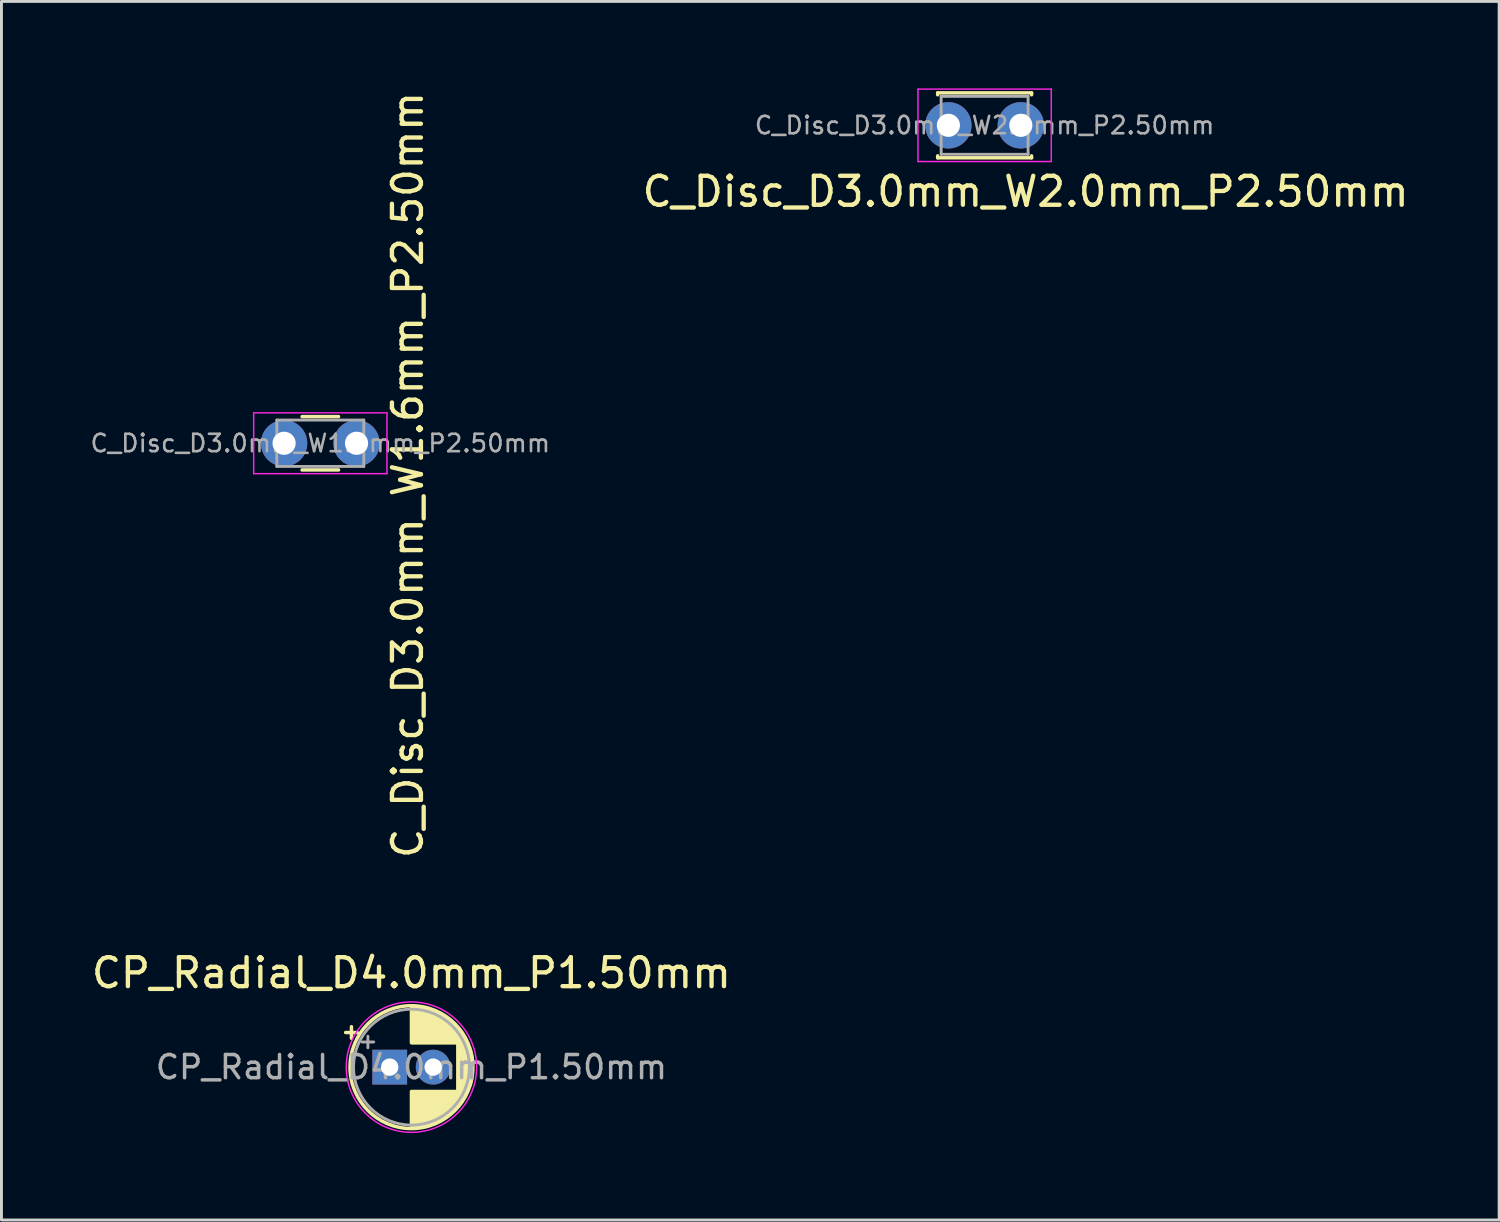
<source format=kicad_pcb>
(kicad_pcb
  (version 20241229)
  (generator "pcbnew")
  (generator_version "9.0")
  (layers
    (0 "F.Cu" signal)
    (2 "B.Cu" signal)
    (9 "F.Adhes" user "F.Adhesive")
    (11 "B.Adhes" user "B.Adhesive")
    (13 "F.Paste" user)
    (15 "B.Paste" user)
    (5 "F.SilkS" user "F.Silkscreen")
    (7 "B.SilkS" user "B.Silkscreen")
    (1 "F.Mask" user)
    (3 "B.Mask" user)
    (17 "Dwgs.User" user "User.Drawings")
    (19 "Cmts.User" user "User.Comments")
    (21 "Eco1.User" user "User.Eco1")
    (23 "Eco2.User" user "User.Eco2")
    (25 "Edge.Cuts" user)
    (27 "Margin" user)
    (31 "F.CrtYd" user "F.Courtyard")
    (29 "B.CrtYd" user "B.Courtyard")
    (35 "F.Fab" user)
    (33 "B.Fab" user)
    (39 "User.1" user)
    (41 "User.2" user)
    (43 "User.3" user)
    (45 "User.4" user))
  (footprint "CP_Radial_D4.0mm_P1.50mm"
    (layer "F.Cu")
    (at 10.399 33.777)
    (property "Reference" "CP_Radial_D4.0mm_P1.50mm" (at 0.75 -3.25 0) (layer "F.SilkS") (effects (font (size 1 1) (thickness 0.15))))
    (attr through_hole)
    (fp_line (start -1.52 -1.195) (end -1.12 -1.195) (stroke (width 0.12) (type solid)) (layer "F.SilkS"))
    (fp_line (start -1.32 -1.395) (end -1.32 -0.995) (stroke (width 0.12) (type solid)) (layer "F.SilkS"))
    (fp_line (start 0.75 -2.08) (end 0.75 -0.84) (stroke (width 0.12) (type solid)) (layer "F.SilkS"))
    (fp_line (start 0.75 0.84) (end 0.75 2.08) (stroke (width 0.12) (type solid)) (layer "F.SilkS"))
    (fp_line (start 0.79 -2.08) (end 0.79 -0.84) (stroke (width 0.12) (type solid)) (layer "F.SilkS"))
    (fp_line (start 0.79 0.84) (end 0.79 2.08) (stroke (width 0.12) (type solid)) (layer "F.SilkS"))
    (fp_line (start 0.83 -2.079) (end 0.83 -0.84) (stroke (width 0.12) (type solid)) (layer "F.SilkS"))
    (fp_line (start 0.83 0.84) (end 0.83 2.079) (stroke (width 0.12) (type solid)) (layer "F.SilkS"))
    (fp_line (start 0.87 -2.077) (end 0.87 -0.84) (stroke (width 0.12) (type solid)) (layer "F.SilkS"))
    (fp_line (start 0.87 0.84) (end 0.87 2.077) (stroke (width 0.12) (type solid)) (layer "F.SilkS"))
    (fp_line (start 0.91 -2.074) (end 0.91 -0.84) (stroke (width 0.12) (type solid)) (layer "F.SilkS"))
    (fp_line (start 0.91 0.84) (end 0.91 2.074) (stroke (width 0.12) (type solid)) (layer "F.SilkS"))
    (fp_line (start 0.95 -2.071) (end 0.95 -0.84) (stroke (width 0.12) (type solid)) (layer "F.SilkS"))
    (fp_line (start 0.95 0.84) (end 0.95 2.071) (stroke (width 0.12) (type solid)) (layer "F.SilkS"))
    (fp_line (start 0.99 -2.067) (end 0.99 -0.84) (stroke (width 0.12) (type solid)) (layer "F.SilkS"))
    (fp_line (start 0.99 0.84) (end 0.99 2.067) (stroke (width 0.12) (type solid)) (layer "F.SilkS"))
    (fp_line (start 1.03 -2.062) (end 1.03 -0.84) (stroke (width 0.12) (type solid)) (layer "F.SilkS"))
    (fp_line (start 1.03 0.84) (end 1.03 2.062) (stroke (width 0.12) (type solid)) (layer "F.SilkS"))
    (fp_line (start 1.07 -2.056) (end 1.07 -0.84) (stroke (width 0.12) (type solid)) (layer "F.SilkS"))
    (fp_line (start 1.07 0.84) (end 1.07 2.056) (stroke (width 0.12) (type solid)) (layer "F.SilkS"))
    (fp_line (start 1.11 -2.05) (end 1.11 -0.84) (stroke (width 0.12) (type solid)) (layer "F.SilkS"))
    (fp_line (start 1.11 0.84) (end 1.11 2.05) (stroke (width 0.12) (type solid)) (layer "F.SilkS"))
    (fp_line (start 1.15 -2.042) (end 1.15 -0.84) (stroke (width 0.12) (type solid)) (layer "F.SilkS"))
    (fp_line (start 1.15 0.84) (end 1.15 2.042) (stroke (width 0.12) (type solid)) (layer "F.SilkS"))
    (fp_line (start 1.19 -2.034) (end 1.19 -0.84) (stroke (width 0.12) (type solid)) (layer "F.SilkS"))
    (fp_line (start 1.19 0.84) (end 1.19 2.034) (stroke (width 0.12) (type solid)) (layer "F.SilkS"))
    (fp_line (start 1.23 -2.025) (end 1.23 -0.84) (stroke (width 0.12) (type solid)) (layer "F.SilkS"))
    (fp_line (start 1.23 0.84) (end 1.23 2.025) (stroke (width 0.12) (type solid)) (layer "F.SilkS"))
    (fp_line (start 1.27 -2.016) (end 1.27 -0.84) (stroke (width 0.12) (type solid)) (layer "F.SilkS"))
    (fp_line (start 1.27 0.84) (end 1.27 2.016) (stroke (width 0.12) (type solid)) (layer "F.SilkS"))
    (fp_line (start 1.31 -2.005) (end 1.31 -0.84) (stroke (width 0.12) (type solid)) (layer "F.SilkS"))
    (fp_line (start 1.31 0.84) (end 1.31 2.005) (stroke (width 0.12) (type solid)) (layer "F.SilkS"))
    (fp_line (start 1.35 -1.994) (end 1.35 -0.84) (stroke (width 0.12) (type solid)) (layer "F.SilkS"))
    (fp_line (start 1.35 0.84) (end 1.35 1.994) (stroke (width 0.12) (type solid)) (layer "F.SilkS"))
    (fp_line (start 1.39 -1.982) (end 1.39 -0.84) (stroke (width 0.12) (type solid)) (layer "F.SilkS"))
    (fp_line (start 1.39 0.84) (end 1.39 1.982) (stroke (width 0.12) (type solid)) (layer "F.SilkS"))
    (fp_line (start 1.43 -1.968) (end 1.43 -0.84) (stroke (width 0.12) (type solid)) (layer "F.SilkS"))
    (fp_line (start 1.43 0.84) (end 1.43 1.968) (stroke (width 0.12) (type solid)) (layer "F.SilkS"))
    (fp_line (start 1.471 -1.954) (end 1.471 -0.84) (stroke (width 0.12) (type solid)) (layer "F.SilkS"))
    (fp_line (start 1.471 0.84) (end 1.471 1.954) (stroke (width 0.12) (type solid)) (layer "F.SilkS"))
    (fp_line (start 1.511 -1.94) (end 1.511 -0.84) (stroke (width 0.12) (type solid)) (layer "F.SilkS"))
    (fp_line (start 1.511 0.84) (end 1.511 1.94) (stroke (width 0.12) (type solid)) (layer "F.SilkS"))
    (fp_line (start 1.551 -1.924) (end 1.551 -0.84) (stroke (width 0.12) (type solid)) (layer "F.SilkS"))
    (fp_line (start 1.551 0.84) (end 1.551 1.924) (stroke (width 0.12) (type solid)) (layer "F.SilkS"))
    (fp_line (start 1.591 -1.907) (end 1.591 -0.84) (stroke (width 0.12) (type solid)) (layer "F.SilkS"))
    (fp_line (start 1.591 0.84) (end 1.591 1.907) (stroke (width 0.12) (type solid)) (layer "F.SilkS"))
    (fp_line (start 1.631 -1.889) (end 1.631 -0.84) (stroke (width 0.12) (type solid)) (layer "F.SilkS"))
    (fp_line (start 1.631 0.84) (end 1.631 1.889) (stroke (width 0.12) (type solid)) (layer "F.SilkS"))
    (fp_line (start 1.671 -1.87) (end 1.671 -0.84) (stroke (width 0.12) (type solid)) (layer "F.SilkS"))
    (fp_line (start 1.671 0.84) (end 1.671 1.87) (stroke (width 0.12) (type solid)) (layer "F.SilkS"))
    (fp_line (start 1.711 -1.851) (end 1.711 -0.84) (stroke (width 0.12) (type solid)) (layer "F.SilkS"))
    (fp_line (start 1.711 0.84) (end 1.711 1.851) (stroke (width 0.12) (type solid)) (layer "F.SilkS"))
    (fp_line (start 1.751 -1.83) (end 1.751 -0.84) (stroke (width 0.12) (type solid)) (layer "F.SilkS"))
    (fp_line (start 1.751 0.84) (end 1.751 1.83) (stroke (width 0.12) (type solid)) (layer "F.SilkS"))
    (fp_line (start 1.791 -1.808) (end 1.791 -0.84) (stroke (width 0.12) (type solid)) (layer "F.SilkS"))
    (fp_line (start 1.791 0.84) (end 1.791 1.808) (stroke (width 0.12) (type solid)) (layer "F.SilkS"))
    (fp_line (start 1.831 -1.785) (end 1.831 -0.84) (stroke (width 0.12) (type solid)) (layer "F.SilkS"))
    (fp_line (start 1.831 0.84) (end 1.831 1.785) (stroke (width 0.12) (type solid)) (layer "F.SilkS"))
    (fp_line (start 1.871 -1.76) (end 1.871 -0.84) (stroke (width 0.12) (type solid)) (layer "F.SilkS"))
    (fp_line (start 1.871 0.84) (end 1.871 1.76) (stroke (width 0.12) (type solid)) (layer "F.SilkS"))
    (fp_line (start 1.911 -1.735) (end 1.911 -0.84) (stroke (width 0.12) (type solid)) (layer "F.SilkS"))
    (fp_line (start 1.911 0.84) (end 1.911 1.735) (stroke (width 0.12) (type solid)) (layer "F.SilkS"))
    (fp_line (start 1.951 -1.708) (end 1.951 -0.84) (stroke (width 0.12) (type solid)) (layer "F.SilkS"))
    (fp_line (start 1.951 0.84) (end 1.951 1.708) (stroke (width 0.12) (type solid)) (layer "F.SilkS"))
    (fp_line (start 1.991 -1.68) (end 1.991 -0.84) (stroke (width 0.12) (type solid)) (layer "F.SilkS"))
    (fp_line (start 1.991 0.84) (end 1.991 1.68) (stroke (width 0.12) (type solid)) (layer "F.SilkS"))
    (fp_line (start 2.031 -1.65) (end 2.031 -0.84) (stroke (width 0.12) (type solid)) (layer "F.SilkS"))
    (fp_line (start 2.031 0.84) (end 2.031 1.65) (stroke (width 0.12) (type solid)) (layer "F.SilkS"))
    (fp_line (start 2.071 -1.619) (end 2.071 -0.84) (stroke (width 0.12) (type solid)) (layer "F.SilkS"))
    (fp_line (start 2.071 0.84) (end 2.071 1.619) (stroke (width 0.12) (type solid)) (layer "F.SilkS"))
    (fp_line (start 2.111 -1.587) (end 2.111 -0.84) (stroke (width 0.12) (type solid)) (layer "F.SilkS"))
    (fp_line (start 2.111 0.84) (end 2.111 1.587) (stroke (width 0.12) (type solid)) (layer "F.SilkS"))
    (fp_line (start 2.151 -1.552) (end 2.151 -0.84) (stroke (width 0.12) (type solid)) (layer "F.SilkS"))
    (fp_line (start 2.151 0.84) (end 2.151 1.552) (stroke (width 0.12) (type solid)) (layer "F.SilkS"))
    (fp_line (start 2.191 -1.516) (end 2.191 -0.84) (stroke (width 0.12) (type solid)) (layer "F.SilkS"))
    (fp_line (start 2.191 0.84) (end 2.191 1.516) (stroke (width 0.12) (type solid)) (layer "F.SilkS"))
    (fp_line (start 2.231 -1.478) (end 2.231 -0.84) (stroke (width 0.12) (type solid)) (layer "F.SilkS"))
    (fp_line (start 2.231 0.84) (end 2.231 1.478) (stroke (width 0.12) (type solid)) (layer "F.SilkS"))
    (fp_line (start 2.271 -1.438) (end 2.271 -0.84) (stroke (width 0.12) (type solid)) (layer "F.SilkS"))
    (fp_line (start 2.271 0.84) (end 2.271 1.438) (stroke (width 0.12) (type solid)) (layer "F.SilkS"))
    (fp_line (start 2.311 -1.396) (end 2.311 -0.84) (stroke (width 0.12) (type solid)) (layer "F.SilkS"))
    (fp_line (start 2.311 0.84) (end 2.311 1.396) (stroke (width 0.12) (type solid)) (layer "F.SilkS"))
    (fp_line (start 2.351 -1.351) (end 2.351 1.351) (stroke (width 0.12) (type solid)) (layer "F.SilkS"))
    (fp_line (start 2.391 -1.304) (end 2.391 1.304) (stroke (width 0.12) (type solid)) (layer "F.SilkS"))
    (fp_line (start 2.431 -1.254) (end 2.431 1.254) (stroke (width 0.12) (type solid)) (layer "F.SilkS"))
    (fp_line (start 2.471 -1.2) (end 2.471 1.2) (stroke (width 0.12) (type solid)) (layer "F.SilkS"))
    (fp_line (start 2.511 -1.142) (end 2.511 1.142) (stroke (width 0.12) (type solid)) (layer "F.SilkS"))
    (fp_line (start 2.551 -1.08) (end 2.551 1.08) (stroke (width 0.12) (type solid)) (layer "F.SilkS"))
    (fp_line (start 2.591 -1.013) (end 2.591 1.013) (stroke (width 0.12) (type solid)) (layer "F.SilkS"))
    (fp_line (start 2.631 -0.94) (end 2.631 0.94) (stroke (width 0.12) (type solid)) (layer "F.SilkS"))
    (fp_line (start 2.671 -0.859) (end 2.671 0.859) (stroke (width 0.12) (type solid)) (layer "F.SilkS"))
    (fp_line (start 2.711 -0.768) (end 2.711 0.768) (stroke (width 0.12) (type solid)) (layer "F.SilkS"))
    (fp_line (start 2.751 -0.664) (end 2.751 0.664) (stroke (width 0.12) (type solid)) (layer "F.SilkS"))
    (fp_line (start 2.791 -0.537) (end 2.791 0.537) (stroke (width 0.12) (type solid)) (layer "F.SilkS"))
    (fp_line (start 2.831 -0.37) (end 2.831 0.37) (stroke (width 0.12) (type solid)) (layer "F.SilkS"))
    (fp_circle (center 0.75 0) (end 2.87 0) (stroke (width 0.12) (type solid)) (fill no) (layer "F.SilkS"))
    (fp_circle (center 0.75 0) (end 3 0) (stroke (width 0.05) (type solid)) (fill no) (layer "F.CrtYd"))
    (fp_line (start -0.953 -0.868) (end -0.553 -0.868) (stroke (width 0.1) (type solid)) (layer "F.Fab"))
    (fp_line (start -0.753 -1.067) (end -0.753 -0.667) (stroke (width 0.1) (type solid)) (layer "F.Fab"))
    (fp_circle (center 0.75 0) (end 2.75 0) (stroke (width 0.1) (type solid)) (fill no) (layer "F.Fab"))
    (fp_text user "${REFERENCE}" (at 0.75 0 0) (layer "F.Fab") (effects (font (size 0.8 0.8) (thickness 0.12))))
    (pad "1" thru_hole rect (at 0 0) (size 1.2 1.2) (drill 0.6) (layers "*.Cu" "*.Mask"))
    (pad "2" thru_hole circle (at 1.5 0) (size 1.2 1.2) (drill 0.6) (layers "*.Cu" "*.Mask")))
  (footprint "C_Disc_D3.0mm_W2.0mm_P2.50mm"
    (layer "F.Cu")
    (at 29.679 1.275)
    (property "Reference" "C_Disc_D3.0mm_W2.0mm_P2.50mm" (at 2.667 2.286 0) (layer "F.SilkS") (effects (font (size 1 1) (thickness 0.15))))
    (attr through_hole)
    (fp_line (start -0.37 -1.12) (end -0.37 -1.055) (stroke (width 0.12) (type solid)) (layer "F.SilkS"))
    (fp_line (start -0.37 -1.12) (end 2.87 -1.12) (stroke (width 0.12) (type solid)) (layer "F.SilkS"))
    (fp_line (start -0.37 1.055) (end -0.37 1.12) (stroke (width 0.12) (type solid)) (layer "F.SilkS"))
    (fp_line (start -0.37 1.12) (end 2.87 1.12) (stroke (width 0.12) (type solid)) (layer "F.SilkS"))
    (fp_line (start 2.87 -1.12) (end 2.87 -1.055) (stroke (width 0.12) (type solid)) (layer "F.SilkS"))
    (fp_line (start 2.87 1.055) (end 2.87 1.12) (stroke (width 0.12) (type solid)) (layer "F.SilkS"))
    (fp_line (start -1.05 -1.25) (end -1.05 1.25) (stroke (width 0.05) (type solid)) (layer "F.CrtYd"))
    (fp_line (start -1.05 1.25) (end 3.55 1.25) (stroke (width 0.05) (type solid)) (layer "F.CrtYd"))
    (fp_line (start 3.55 -1.25) (end -1.05 -1.25) (stroke (width 0.05) (type solid)) (layer "F.CrtYd"))
    (fp_line (start 3.55 1.25) (end 3.55 -1.25) (stroke (width 0.05) (type solid)) (layer "F.CrtYd"))
    (fp_line (start -0.25 -1) (end -0.25 1) (stroke (width 0.1) (type solid)) (layer "F.Fab"))
    (fp_line (start -0.25 1) (end 2.75 1) (stroke (width 0.1) (type solid)) (layer "F.Fab"))
    (fp_line (start 2.75 -1) (end -0.25 -1) (stroke (width 0.1) (type solid)) (layer "F.Fab"))
    (fp_line (start 2.75 1) (end 2.75 -1) (stroke (width 0.1) (type solid)) (layer "F.Fab"))
    (fp_text user "${REFERENCE}" (at 1.25 0 0) (layer "F.Fab") (effects (font (size 0.6 0.6) (thickness 0.09))))
    (pad "1" thru_hole circle (at 0 0) (size 1.6 1.6) (drill 0.8) (layers "*.Cu" "*.Mask"))
    (pad "2" thru_hole circle (at 2.5 0) (size 1.6 1.6) (drill 0.8) (layers "*.Cu" "*.Mask")))
  (footprint "C_Disc_D3.0mm_W1.6mm_P2.50mm"
    (layer "F.Cu")
    (at 6.754 12.247)
    (property "Reference" "C_Disc_D3.0mm_W1.6mm_P2.50mm" (at 4.267 1.092 90) (layer "F.SilkS") (effects (font (size 1 1) (thickness 0.15))))
    (attr through_hole)
    (fp_line (start 0.621 -0.92) (end 1.879 -0.92) (stroke (width 0.12) (type solid)) (layer "F.SilkS"))
    (fp_line (start 0.621 0.92) (end 1.879 0.92) (stroke (width 0.12) (type solid)) (layer "F.SilkS"))
    (fp_line (start -1.05 -1.05) (end -1.05 1.05) (stroke (width 0.05) (type solid)) (layer "F.CrtYd"))
    (fp_line (start -1.05 1.05) (end 3.55 1.05) (stroke (width 0.05) (type solid)) (layer "F.CrtYd"))
    (fp_line (start 3.55 -1.05) (end -1.05 -1.05) (stroke (width 0.05) (type solid)) (layer "F.CrtYd"))
    (fp_line (start 3.55 1.05) (end 3.55 -1.05) (stroke (width 0.05) (type solid)) (layer "F.CrtYd"))
    (fp_line (start -0.25 -0.8) (end -0.25 0.8) (stroke (width 0.1) (type solid)) (layer "F.Fab"))
    (fp_line (start -0.25 0.8) (end 2.75 0.8) (stroke (width 0.1) (type solid)) (layer "F.Fab"))
    (fp_line (start 2.75 -0.8) (end -0.25 -0.8) (stroke (width 0.1) (type solid)) (layer "F.Fab"))
    (fp_line (start 2.75 0.8) (end 2.75 -0.8) (stroke (width 0.1) (type solid)) (layer "F.Fab"))
    (fp_text user "${REFERENCE}" (at 1.25 0 0) (layer "F.Fab") (effects (font (size 0.6 0.6) (thickness 0.09))))
    (pad "1" thru_hole circle (at 0 0) (size 1.6 1.6) (drill 0.8) (layers "*.Cu" "*.Mask"))
    (pad "2" thru_hole circle (at 2.5 0) (size 1.6 1.6) (drill 0.8) (layers "*.Cu" "*.Mask")))
  (gr_rect
    (start -3 -3)
    (end 48.686 39.052)
    (stroke (width 0.1) (type default))
    (fill no)
    (layer "Edge.Cuts")))
</source>
